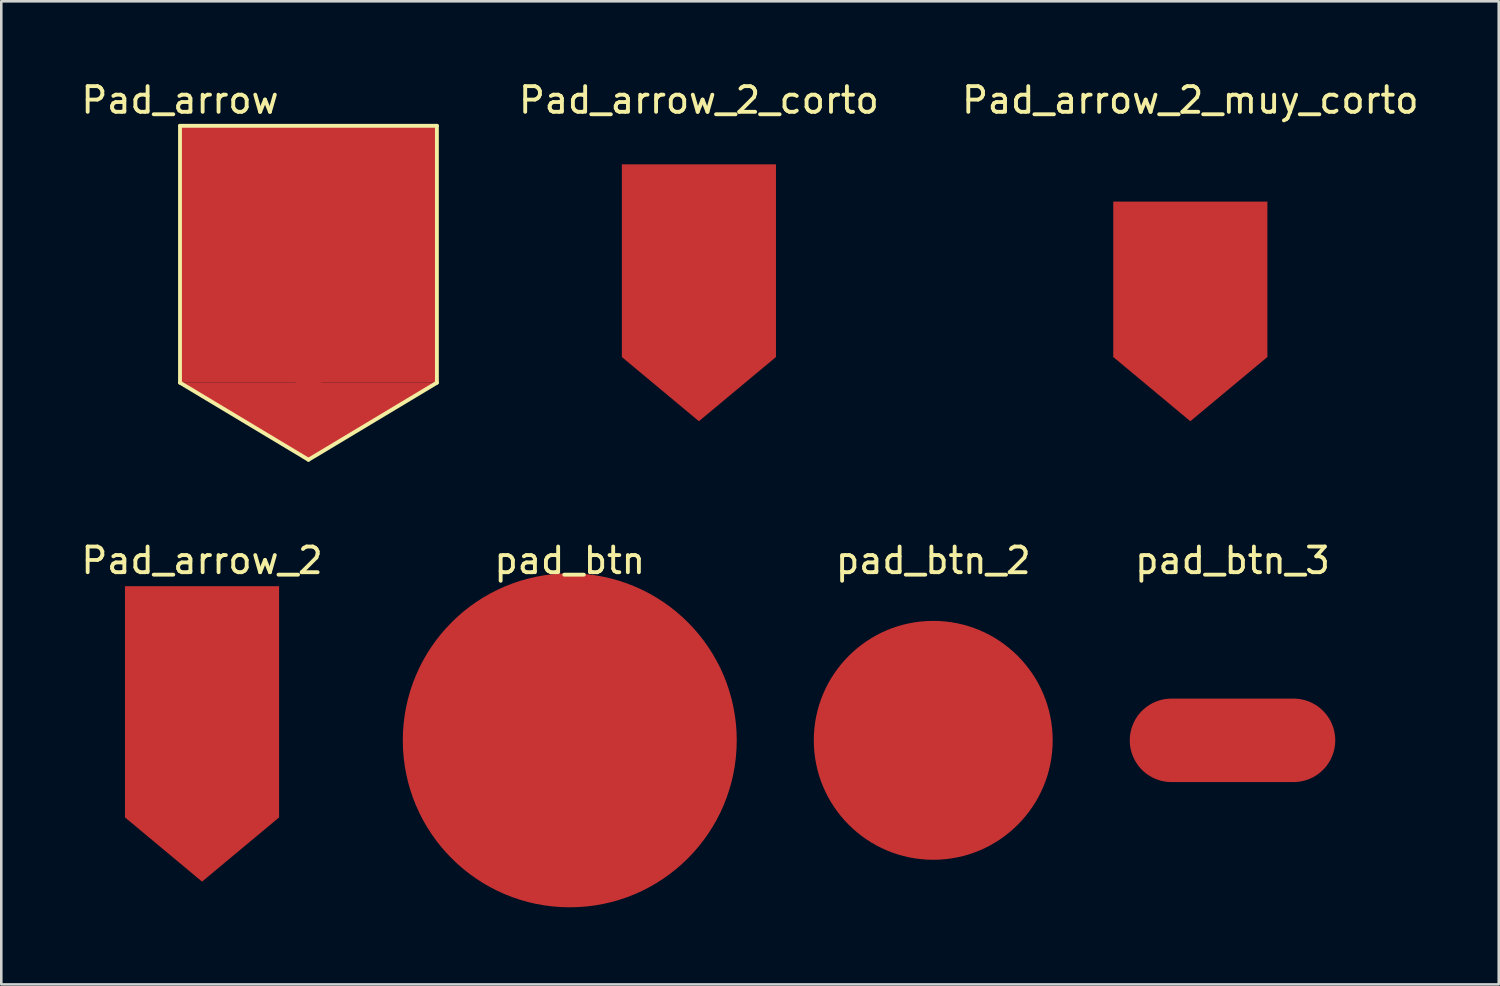
<source format=kicad_pcb>
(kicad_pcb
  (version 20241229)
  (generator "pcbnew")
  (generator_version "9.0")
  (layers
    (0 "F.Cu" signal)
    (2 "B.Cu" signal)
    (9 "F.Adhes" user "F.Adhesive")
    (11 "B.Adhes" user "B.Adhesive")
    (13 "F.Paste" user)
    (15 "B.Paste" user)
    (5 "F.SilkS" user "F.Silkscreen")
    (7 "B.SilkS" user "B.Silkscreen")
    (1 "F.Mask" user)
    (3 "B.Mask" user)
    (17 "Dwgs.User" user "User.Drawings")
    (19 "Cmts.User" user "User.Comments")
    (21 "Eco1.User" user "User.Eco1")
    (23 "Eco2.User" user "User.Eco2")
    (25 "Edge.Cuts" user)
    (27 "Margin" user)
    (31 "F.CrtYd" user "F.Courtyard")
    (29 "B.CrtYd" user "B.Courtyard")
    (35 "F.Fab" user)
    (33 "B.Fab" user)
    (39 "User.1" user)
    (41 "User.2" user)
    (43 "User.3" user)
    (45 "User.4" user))
  (footprint "pad_btn_2"
    (layer "F.Cu")
    (at 33.281 25.771)
    (property "Reference" "pad_btn_2" (at 0 -7 0) (layer "F.SilkS") (effects (font (size 1 1) (thickness 0.15))))
    (attr through_hole)
    (pad "1" smd circle (at 0 0) (size 9.3 9.3) (layers "F.Cu" "F.Mask" "F.Paste")))
  (footprint "Pad_arrow"
    (layer "F.Cu")
    (at 8.958 7.848)
    (property "Reference" "Pad_arrow" (at -5 -7 0) (layer "F.SilkS") (effects (font (size 1 1) (thickness 0.15))))
    (attr smd)
    (fp_line (start -5 -6) (end 5 -6) (stroke (width 0.15) (type solid)) (layer "F.SilkS"))
    (fp_line (start -5 4) (end -5 -6) (stroke (width 0.15) (type solid)) (layer "F.SilkS"))
    (fp_line (start -5 4) (end 0 7) (stroke (width 0.15) (type solid)) (layer "F.SilkS"))
    (fp_line (start 0 7) (end 5 4) (stroke (width 0.15) (type solid)) (layer "F.SilkS"))
    (fp_line (start 5 -6) (end 5 4) (stroke (width 0.15) (type solid)) (layer "F.SilkS"))
    (pad "1" smd custom (at 0 -1) (size 10 10) (layers "F.Cu" "F.Mask" "F.Paste") (options (anchor rect)) (primitives))
    (pad "1" smd custom (at 0 4) (size 1 0.2) (layers "F.Cu" "F.Mask" "F.Paste") (options (anchor rect)) (primitives (gr_poly (pts (xy 5 0) (xy -5 0) (xy 0 3)) (width 0) (fill yes)))))
  (footprint "Pad_arrow_2_corto"
    (layer "F.Cu")
    (at 24.158 5.848)
    (property "Reference" "Pad_arrow_2_corto" (at 0 -5 0) (layer "F.SilkS") (effects (font (size 1 1) (thickness 0.15))))
    (attr smd)
    (pad "1" smd custom (at 0 -1) (size 6 3) (layers "F.Cu" "F.Mask") (options (anchor rect)) (primitives (gr_poly (pts (xy 0 8.5) (xy -3 6) (xy -3 0) (xy 3 0) (xy 3 6)) (width 0) (fill yes)))))
  (footprint "Pad_arrow_2"
    (layer "F.Cu")
    (at 4.815 23.771)
    (property "Reference" "Pad_arrow_2" (at 0 -5 0) (layer "F.SilkS") (effects (font (size 1 1) (thickness 0.15))))
    (attr smd)
    (pad "1" smd custom (at 0 -1) (size 6 6) (layers "F.Cu" "F.Mask" "F.Paste") (options (anchor rect)) (primitives (gr_poly (pts (xy 0 8.5) (xy -3 6) (xy -3 0) (xy 3 0) (xy 3 6)) (width 0) (fill yes)))))
  (footprint "pad_btn"
    (layer "F.Cu")
    (at 19.131 25.771)
    (property "Reference" "pad_btn" (at 0 -7 0) (layer "F.SilkS") (effects (font (size 1 1) (thickness 0.15))))
    (attr through_hole)
    (pad "1" smd circle (at 0 0) (size 13 13) (layers "F.Cu" "F.Mask" "F.Paste")))
  (footprint "pad_btn_3"
    (layer "F.Cu")
    (at 44.931 25.771)
    (property "Reference" "pad_btn_3" (at 0 -7 0) (layer "F.SilkS") (effects (font (size 1 1) (thickness 0.15))))
    (attr through_hole)
    (pad "1" smd oval (at 0 0) (size 8 3.25) (layers "F.Cu" "F.Mask" "F.Paste")))
  (footprint "Pad_arrow_2_muy_corto"
    (layer "F.Cu")
    (at 43.289 5.848)
    (property "Reference" "Pad_arrow_2_muy_corto" (at 0 -5 0) (layer "F.SilkS") (effects (font (size 1 1) (thickness 0.15))))
    (attr smd)
    (pad "1" smd custom (at 0 -1) (size 6 0.1) (layers "F.Cu" "F.Mask") (options (anchor rect)) (primitives (gr_poly (pts (xy 0 8.5) (xy -3 6) (xy -3 0) (xy 3 0) (xy 3 6)) (width 0) (fill yes)))))
  (gr_rect
    (start -3 -3)
    (end 55.295 35.272)
    (stroke (width 0.1) (type default))
    (fill no)
    (layer "Edge.Cuts")))
</source>
